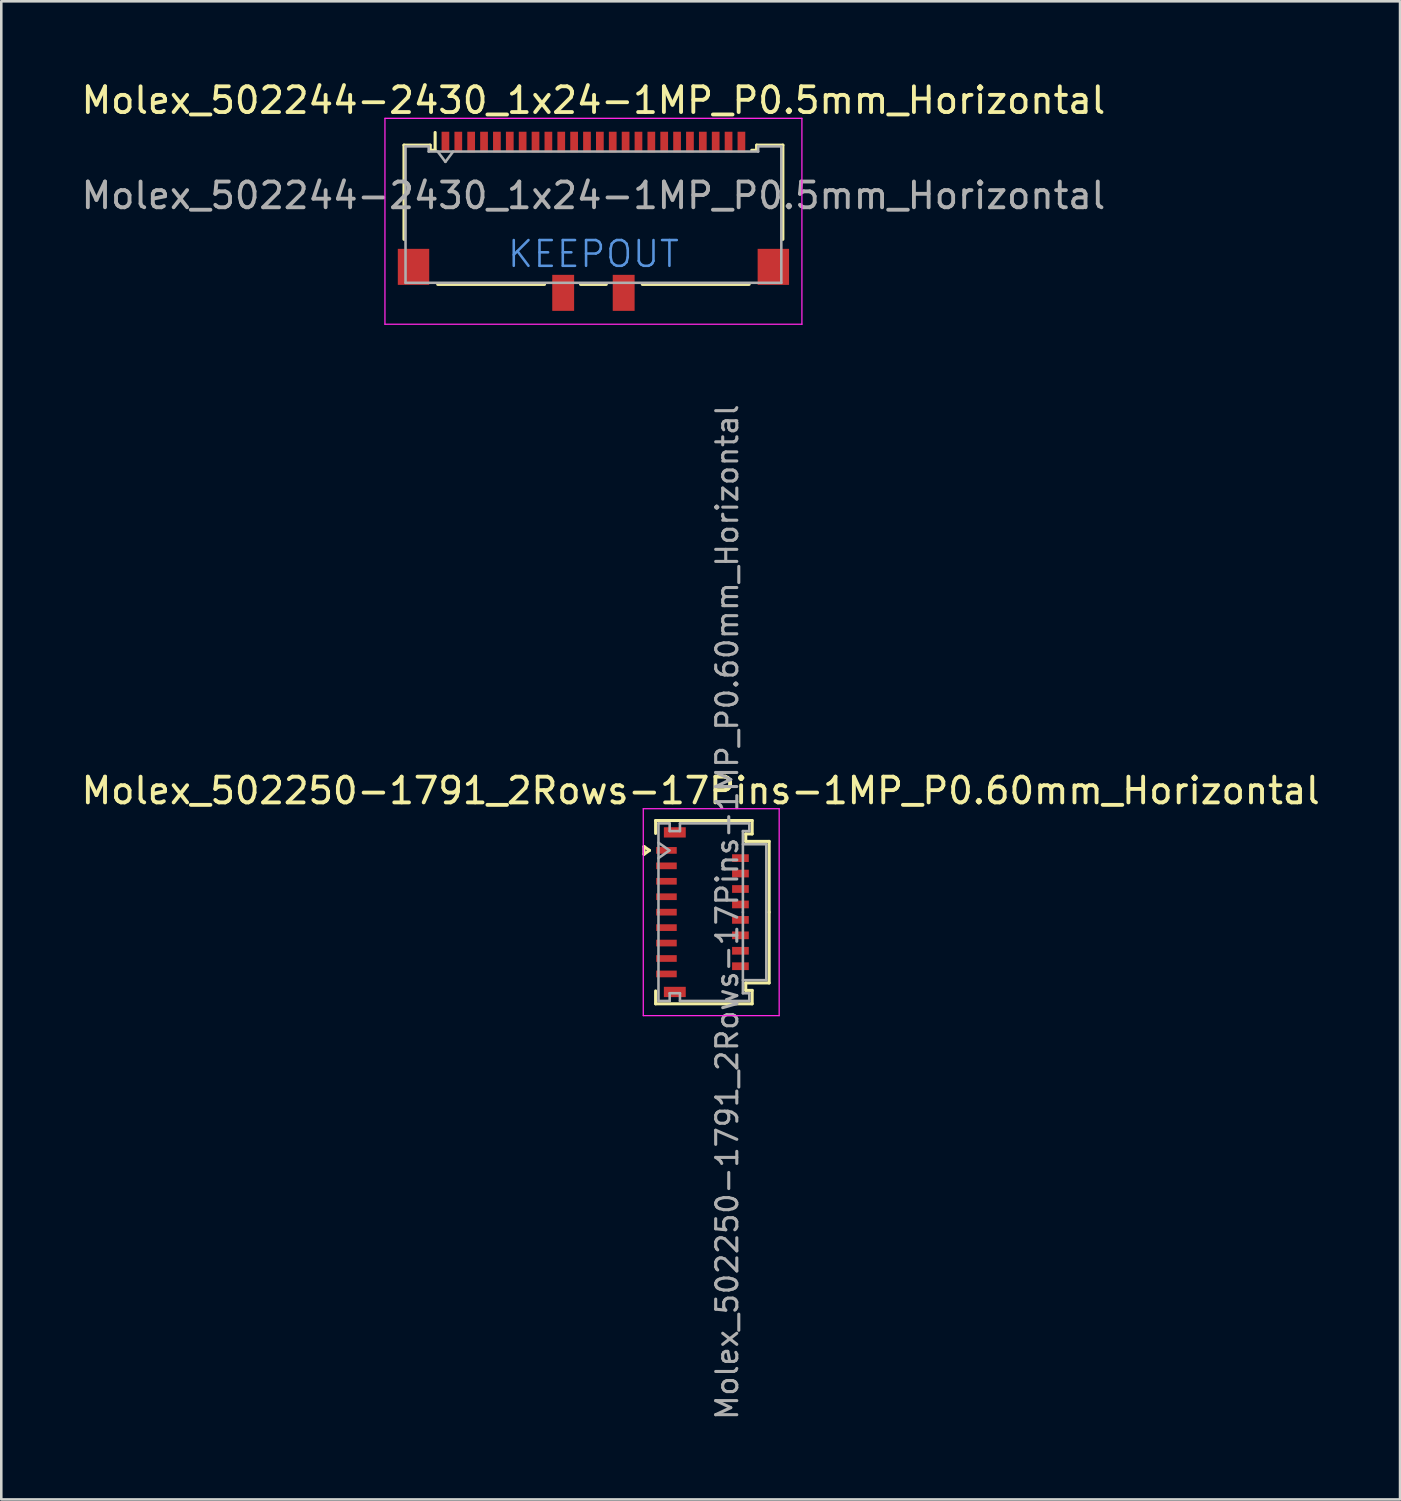
<source format=kicad_pcb>
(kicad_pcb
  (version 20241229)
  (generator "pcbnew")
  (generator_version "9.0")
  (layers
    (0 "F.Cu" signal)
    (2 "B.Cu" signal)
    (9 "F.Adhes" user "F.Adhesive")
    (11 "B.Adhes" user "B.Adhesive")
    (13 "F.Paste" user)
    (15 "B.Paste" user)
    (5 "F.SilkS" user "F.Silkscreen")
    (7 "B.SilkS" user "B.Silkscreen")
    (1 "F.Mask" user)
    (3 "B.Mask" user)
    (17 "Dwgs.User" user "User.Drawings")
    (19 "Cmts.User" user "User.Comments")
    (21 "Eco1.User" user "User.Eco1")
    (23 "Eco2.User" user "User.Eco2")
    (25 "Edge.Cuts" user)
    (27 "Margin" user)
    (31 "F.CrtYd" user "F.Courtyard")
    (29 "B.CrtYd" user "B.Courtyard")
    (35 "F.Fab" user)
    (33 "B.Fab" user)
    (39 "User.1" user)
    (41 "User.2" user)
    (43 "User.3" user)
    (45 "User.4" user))
  (footprint "Molex_502250-1791_2Rows-17Pins-1MP_P0.60mm_Horizontal"
    (layer "F.Cu")
    (at 24.243 32.39)
    (property "Reference" "Molex_502250-1791_2Rows-17Pins-1MP_P0.60mm_Horizontal" (at -0.07 -4.72 0) (layer "F.SilkS") (effects (font (size 1 1) (thickness 0.15))))
    (attr smd)
    (fp_line (start -2.272 -2.55) (end -2.06 -2.4) (stroke (width 0.12) (type solid)) (layer "F.SilkS"))
    (fp_line (start -2.272 -2.25) (end -2.272 -2.55) (stroke (width 0.12) (type solid)) (layer "F.SilkS"))
    (fp_line (start -2.06 -2.4) (end -2.272 -2.25) (stroke (width 0.12) (type solid)) (layer "F.SilkS"))
    (fp_line (start -1.82 -3.56) (end 1.93 -3.56) (stroke (width 0.12) (type solid)) (layer "F.SilkS"))
    (fp_line (start -1.82 -3.06) (end -1.82 -3.56) (stroke (width 0.12) (type solid)) (layer "F.SilkS"))
    (fp_line (start -1.82 3.06) (end -1.82 3.56) (stroke (width 0.12) (type solid)) (layer "F.SilkS"))
    (fp_line (start -1.82 3.56) (end 1.93 3.56) (stroke (width 0.12) (type solid)) (layer "F.SilkS"))
    (fp_line (start 1.68 -3.04) (end 1.68 -2.75) (stroke (width 0.12) (type solid)) (layer "F.SilkS"))
    (fp_line (start 1.68 -2.75) (end 2.59 -2.75) (stroke (width 0.12) (type solid)) (layer "F.SilkS"))
    (fp_line (start 1.68 2.75) (end 2.59 2.75) (stroke (width 0.12) (type solid)) (layer "F.SilkS"))
    (fp_line (start 1.68 3.04) (end 1.68 2.75) (stroke (width 0.12) (type solid)) (layer "F.SilkS"))
    (fp_line (start 1.93 -3.56) (end 1.93 -3.04) (stroke (width 0.12) (type solid)) (layer "F.SilkS"))
    (fp_line (start 1.93 -3.04) (end 1.68 -3.04) (stroke (width 0.12) (type solid)) (layer "F.SilkS"))
    (fp_line (start 1.93 3.04) (end 1.68 3.04) (stroke (width 0.12) (type solid)) (layer "F.SilkS"))
    (fp_line (start 1.93 3.56) (end 1.93 3.04) (stroke (width 0.12) (type solid)) (layer "F.SilkS"))
    (fp_line (start 2.59 -2.75) (end 2.59 0) (stroke (width 0.12) (type solid)) (layer "F.SilkS"))
    (fp_line (start 2.59 2.75) (end 2.59 0) (stroke (width 0.12) (type solid)) (layer "F.SilkS"))
    (fp_line (start -2.3 -4.02) (end -2.3 4.02) (stroke (width 0.05) (type solid)) (layer "F.CrtYd"))
    (fp_line (start -2.3 4.02) (end 2.98 4.02) (stroke (width 0.05) (type solid)) (layer "F.CrtYd"))
    (fp_line (start 2.98 -4.02) (end -2.3 -4.02) (stroke (width 0.05) (type solid)) (layer "F.CrtYd"))
    (fp_line (start 2.98 4.02) (end 2.98 -4.02) (stroke (width 0.05) (type solid)) (layer "F.CrtYd"))
    (fp_line (start -1.71 -3.45) (end -1.275 -3.45) (stroke (width 0.1) (type solid)) (layer "F.Fab"))
    (fp_line (start -1.71 -2.7) (end -1.286 -2.4) (stroke (width 0.1) (type solid)) (layer "F.Fab"))
    (fp_line (start -1.71 0) (end -1.71 -3.45) (stroke (width 0.1) (type solid)) (layer "F.Fab"))
    (fp_line (start -1.71 0) (end -1.71 3.45) (stroke (width 0.1) (type solid)) (layer "F.Fab"))
    (fp_line (start -1.71 3.45) (end -1.275 3.45) (stroke (width 0.1) (type solid)) (layer "F.Fab"))
    (fp_line (start -1.286 -2.4) (end -1.71 -2.1) (stroke (width 0.1) (type solid)) (layer "F.Fab"))
    (fp_line (start -1.275 -3.45) (end -1.275 -3.15) (stroke (width 0.1) (type solid)) (layer "F.Fab"))
    (fp_line (start -1.275 -3.15) (end -0.875 -3.15) (stroke (width 0.1) (type solid)) (layer "F.Fab"))
    (fp_line (start -1.275 3.15) (end -0.875 3.15) (stroke (width 0.1) (type solid)) (layer "F.Fab"))
    (fp_line (start -1.275 3.45) (end -1.275 3.15) (stroke (width 0.1) (type solid)) (layer "F.Fab"))
    (fp_line (start -0.875 -3.45) (end 1.82 -3.45) (stroke (width 0.1) (type solid)) (layer "F.Fab"))
    (fp_line (start -0.875 -3.15) (end -0.875 -3.45) (stroke (width 0.1) (type solid)) (layer "F.Fab"))
    (fp_line (start -0.875 3.15) (end -0.875 3.45) (stroke (width 0.1) (type solid)) (layer "F.Fab"))
    (fp_line (start -0.875 3.45) (end 1.82 3.45) (stroke (width 0.1) (type solid)) (layer "F.Fab"))
    (fp_line (start 1.57 -3.15) (end 1.57 0) (stroke (width 0.1) (type solid)) (layer "F.Fab"))
    (fp_line (start 1.57 -2.64) (end 2.48 -2.64) (stroke (width 0.1) (type solid)) (layer "F.Fab"))
    (fp_line (start 1.57 3.15) (end 1.57 0) (stroke (width 0.1) (type solid)) (layer "F.Fab"))
    (fp_line (start 1.82 -3.45) (end 1.82 -3.15) (stroke (width 0.1) (type solid)) (layer "F.Fab"))
    (fp_line (start 1.82 -3.15) (end 1.57 -3.15) (stroke (width 0.1) (type solid)) (layer "F.Fab"))
    (fp_line (start 1.82 3.15) (end 1.57 3.15) (stroke (width 0.1) (type solid)) (layer "F.Fab"))
    (fp_line (start 1.82 3.45) (end 1.82 3.15) (stroke (width 0.1) (type solid)) (layer "F.Fab"))
    (fp_line (start 2.48 -2.64) (end 2.48 2.64) (stroke (width 0.1) (type solid)) (layer "F.Fab"))
    (fp_line (start 2.48 2.64) (end 1.57 2.64) (stroke (width 0.1) (type solid)) (layer "F.Fab"))
    (fp_text user "${REFERENCE}" (at 0.96 0 90) (layer "F.Fab") (effects (font (size 0.82 0.82) (thickness 0.12))))
    (pad "1" smd rect (at -1.4 -2.4) (size 0.8 0.26) (layers "F.Cu" "F.Mask" "F.Paste"))
    (pad "2" smd rect (at 1.475 -2.1) (size 0.65 0.3) (layers "F.Cu" "F.Mask" "F.Paste"))
    (pad "3" smd rect (at -1.4 -1.8) (size 0.8 0.26) (layers "F.Cu" "F.Mask" "F.Paste"))
    (pad "4" smd rect (at 1.475 -1.5) (size 0.65 0.3) (layers "F.Cu" "F.Mask" "F.Paste"))
    (pad "5" smd rect (at -1.4 -1.2) (size 0.8 0.26) (layers "F.Cu" "F.Mask" "F.Paste"))
    (pad "6" smd rect (at 1.475 -0.9) (size 0.65 0.3) (layers "F.Cu" "F.Mask" "F.Paste"))
    (pad "7" smd rect (at -1.4 -0.6) (size 0.8 0.26) (layers "F.Cu" "F.Mask" "F.Paste"))
    (pad "8" smd rect (at 1.475 -0.3) (size 0.65 0.3) (layers "F.Cu" "F.Mask" "F.Paste"))
    (pad "9" smd rect (at -1.4 0) (size 0.8 0.26) (layers "F.Cu" "F.Mask" "F.Paste"))
    (pad "10" smd rect (at 1.475 0.3) (size 0.65 0.3) (layers "F.Cu" "F.Mask" "F.Paste"))
    (pad "11" smd rect (at -1.4 0.6) (size 0.8 0.26) (layers "F.Cu" "F.Mask" "F.Paste"))
    (pad "12" smd rect (at 1.475 0.9) (size 0.65 0.3) (layers "F.Cu" "F.Mask" "F.Paste"))
    (pad "13" smd rect (at -1.4 1.2) (size 0.8 0.26) (layers "F.Cu" "F.Mask" "F.Paste"))
    (pad "14" smd rect (at 1.475 1.5) (size 0.65 0.3) (layers "F.Cu" "F.Mask" "F.Paste"))
    (pad "15" smd rect (at -1.4 1.8) (size 0.8 0.26) (layers "F.Cu" "F.Mask" "F.Paste"))
    (pad "16" smd rect (at 1.475 2.1) (size 0.65 0.3) (layers "F.Cu" "F.Mask" "F.Paste"))
    (pad "17" smd rect (at -1.4 2.4) (size 0.8 0.26) (layers "F.Cu" "F.Mask" "F.Paste"))
    (pad "MP" smd rect (at -1.075 -3.1) (size 0.85 0.4) (layers "F.Cu" "F.Mask" "F.Paste"))
    (pad "MP" smd rect (at -1.075 3.1) (size 0.85 0.4) (layers "F.Cu" "F.Mask" "F.Paste")))
  (footprint "Molex_502244-2430_1x24-1MP_P0.5mm_Horizontal"
    (layer "F.Cu")
    (at 20.006 5.548)
    (property "Reference" "Molex_502244-2430_1x24-1MP_P0.5mm_Horizontal" (at 0 -4.7 0) (layer "F.SilkS") (effects (font (size 1 1) (thickness 0.15))))
    (attr smd)
    (fp_line (start -7.36 -2.96) (end -6.35 -2.96) (stroke (width 0.12) (type solid)) (layer "F.SilkS"))
    (fp_line (start -7.36 0.7) (end -7.36 -2.96) (stroke (width 0.12) (type solid)) (layer "F.SilkS"))
    (fp_line (start -6.34 -2.76) (end -6.34 -2.96) (stroke (width 0.12) (type solid)) (layer "F.SilkS"))
    (fp_line (start -6.34 -2.76) (end -6.15 -2.76) (stroke (width 0.12) (type solid)) (layer "F.SilkS"))
    (fp_line (start -6.15 -2.76) (end -6.15 -3.45) (stroke (width 0.12) (type solid)) (layer "F.SilkS"))
    (fp_line (start -6.05 2.45) (end -1.9 2.45) (stroke (width 0.12) (type solid)) (layer "F.SilkS"))
    (fp_line (start -0.5 2.45) (end 0.5 2.45) (stroke (width 0.12) (type solid)) (layer "F.SilkS"))
    (fp_line (start 1.9 2.45) (end 6.05 2.45) (stroke (width 0.12) (type solid)) (layer "F.SilkS"))
    (fp_line (start 6.34 -2.96) (end 6.34 -2.76) (stroke (width 0.12) (type solid)) (layer "F.SilkS"))
    (fp_line (start 6.34 -2.76) (end 6.15 -2.76) (stroke (width 0.12) (type solid)) (layer "F.SilkS"))
    (fp_line (start 6.35 -2.96) (end 7.36 -2.96) (stroke (width 0.12) (type solid)) (layer "F.SilkS"))
    (fp_line (start 7.36 -2.96) (end 7.36 0.7) (stroke (width 0.12) (type solid)) (layer "F.SilkS"))
    (fp_line (start -8.1 -4) (end 8.1 -4) (stroke (width 0.05) (type solid)) (layer "F.CrtYd"))
    (fp_line (start -8.1 4) (end -8.1 -4) (stroke (width 0.05) (type solid)) (layer "F.CrtYd"))
    (fp_line (start 8.1 -4) (end 8.1 4) (stroke (width 0.05) (type solid)) (layer "F.CrtYd"))
    (fp_line (start 8.1 4) (end -8.1 4) (stroke (width 0.05) (type solid)) (layer "F.CrtYd"))
    (fp_line (start -7.3 -2.91) (end -7.3 2.39) (stroke (width 0.1) (type solid)) (layer "F.Fab"))
    (fp_line (start -7.3 2.39) (end 7.3 2.39) (stroke (width 0.1) (type solid)) (layer "F.Fab"))
    (fp_line (start -6.4 -2.91) (end -7.3 -2.91) (stroke (width 0.1) (type solid)) (layer "F.Fab"))
    (fp_line (start -6.4 -2.71) (end -6.4 -2.91) (stroke (width 0.1) (type solid)) (layer "F.Fab"))
    (fp_line (start -6.05 -2.71) (end -5.75 -2.31) (stroke (width 0.1) (type solid)) (layer "F.Fab"))
    (fp_line (start -5.75 -2.31) (end -5.45 -2.71) (stroke (width 0.1) (type solid)) (layer "F.Fab"))
    (fp_line (start 6.4 -2.91) (end 6.4 -2.71) (stroke (width 0.1) (type solid)) (layer "F.Fab"))
    (fp_line (start 6.4 -2.71) (end -6.4 -2.71) (stroke (width 0.1) (type solid)) (layer "F.Fab"))
    (fp_line (start 7.3 -2.91) (end 6.4 -2.91) (stroke (width 0.1) (type solid)) (layer "F.Fab"))
    (fp_line (start 7.3 -2.91) (end 7.3 2.39) (stroke (width 0.1) (type solid)) (layer "F.Fab"))
    (fp_text user "KEEPOUT" (at 0 1.271 0) (layer "Cmts.User") (effects (font (size 1 1) (thickness 0.1))))
    (fp_text user "${REFERENCE}" (at 0 -1 0) (layer "F.Fab") (effects (font (size 1 1) (thickness 0.15))))
    (pad "1" smd rect (at -5.75 -3.08) (size 0.3 0.8) (layers "F.Cu" "F.Mask" "F.Paste"))
    (pad "2" smd rect (at -5.25 -3.08) (size 0.3 0.8) (layers "F.Cu" "F.Mask" "F.Paste"))
    (pad "3" smd rect (at -4.75 -3.08) (size 0.3 0.8) (layers "F.Cu" "F.Mask" "F.Paste"))
    (pad "4" smd rect (at -4.25 -3.08) (size 0.3 0.8) (layers "F.Cu" "F.Mask" "F.Paste"))
    (pad "5" smd rect (at -3.75 -3.08) (size 0.3 0.8) (layers "F.Cu" "F.Mask" "F.Paste"))
    (pad "6" smd rect (at -3.25 -3.08) (size 0.3 0.8) (layers "F.Cu" "F.Mask" "F.Paste"))
    (pad "7" smd rect (at -2.75 -3.08) (size 0.3 0.8) (layers "F.Cu" "F.Mask" "F.Paste"))
    (pad "8" smd rect (at -2.25 -3.08) (size 0.3 0.8) (layers "F.Cu" "F.Mask" "F.Paste"))
    (pad "9" smd rect (at -1.75 -3.08) (size 0.3 0.8) (layers "F.Cu" "F.Mask" "F.Paste"))
    (pad "10" smd rect (at -1.25 -3.08) (size 0.3 0.8) (layers "F.Cu" "F.Mask" "F.Paste"))
    (pad "11" smd rect (at -0.75 -3.08) (size 0.3 0.8) (layers "F.Cu" "F.Mask" "F.Paste"))
    (pad "12" smd rect (at -0.25 -3.08) (size 0.3 0.8) (layers "F.Cu" "F.Mask" "F.Paste"))
    (pad "13" smd rect (at 0.25 -3.08) (size 0.3 0.8) (layers "F.Cu" "F.Mask" "F.Paste"))
    (pad "14" smd rect (at 0.75 -3.08) (size 0.3 0.8) (layers "F.Cu" "F.Mask" "F.Paste"))
    (pad "15" smd rect (at 1.25 -3.08) (size 0.3 0.8) (layers "F.Cu" "F.Mask" "F.Paste"))
    (pad "16" smd rect (at 1.75 -3.08) (size 0.3 0.8) (layers "F.Cu" "F.Mask" "F.Paste"))
    (pad "17" smd rect (at 2.25 -3.08) (size 0.3 0.8) (layers "F.Cu" "F.Mask" "F.Paste"))
    (pad "18" smd rect (at 2.75 -3.08) (size 0.3 0.8) (layers "F.Cu" "F.Mask" "F.Paste"))
    (pad "19" smd rect (at 3.25 -3.08) (size 0.3 0.8) (layers "F.Cu" "F.Mask" "F.Paste"))
    (pad "20" smd rect (at 3.75 -3.08) (size 0.3 0.8) (layers "F.Cu" "F.Mask" "F.Paste"))
    (pad "21" smd rect (at 4.25 -3.08) (size 0.3 0.8) (layers "F.Cu" "F.Mask" "F.Paste"))
    (pad "22" smd rect (at 4.75 -3.08) (size 0.3 0.8) (layers "F.Cu" "F.Mask" "F.Paste"))
    (pad "23" smd rect (at 5.25 -3.08) (size 0.3 0.8) (layers "F.Cu" "F.Mask" "F.Paste"))
    (pad "24" smd rect (at 5.75 -3.08) (size 0.3 0.8) (layers "F.Cu" "F.Mask" "F.Paste"))
    (pad "MP" smd rect (at -6.99 1.77) (size 1.22 1.4) (layers "F.Cu" "F.Mask" "F.Paste"))
    (pad "MP" smd rect (at -1.175 2.78) (size 0.85 1.4) (layers "F.Cu" "F.Mask" "F.Paste"))
    (pad "MP" smd rect (at 1.175 2.78) (size 0.85 1.4) (layers "F.Cu" "F.Mask" "F.Paste"))
    (pad "MP" smd rect (at 6.99 1.77) (size 1.22 1.4) (layers "F.Cu" "F.Mask" "F.Paste"))
    (zone (net_name "") (layer "F.Cu") (hatch full 0.508) (connect_pads) (min_thickness 0.254) (filled_areas_thickness no) (keepout (tracks not_allowed) (vias not_allowed) (pads not_allowed) (copperpour not_allowed) (footprints not_allowed)) (placement (enabled no)) (fill) (polygon (pts (xy 20.006 8.058) (xy 19.256 8.058) (xy 19.256 7.628) (xy 18.406 7.628) (xy 18.406 8.058) (xy 13.626 8.058) (xy 13.626 5.508) (xy 20.006 5.508))))
    (zone (net_name "") (layer "F.Cu") (hatch full 0.508) (connect_pads) (min_thickness 0.254) (filled_areas_thickness no) (keepout (tracks not_allowed) (vias not_allowed) (pads not_allowed) (copperpour not_allowed) (footprints not_allowed)) (placement (enabled no)) (fill) (polygon (pts (xy 20.006 8.058) (xy 20.756 8.058) (xy 20.756 7.628) (xy 21.606 7.628) (xy 21.606 8.058) (xy 26.386 8.058) (xy 26.386 5.508) (xy 20.006 5.508)))))
  (gr_rect
    (start -3 -3)
    (end 51.345 55.207)
    (stroke (width 0.1) (type default))
    (fill no)
    (layer "Edge.Cuts")))
</source>
